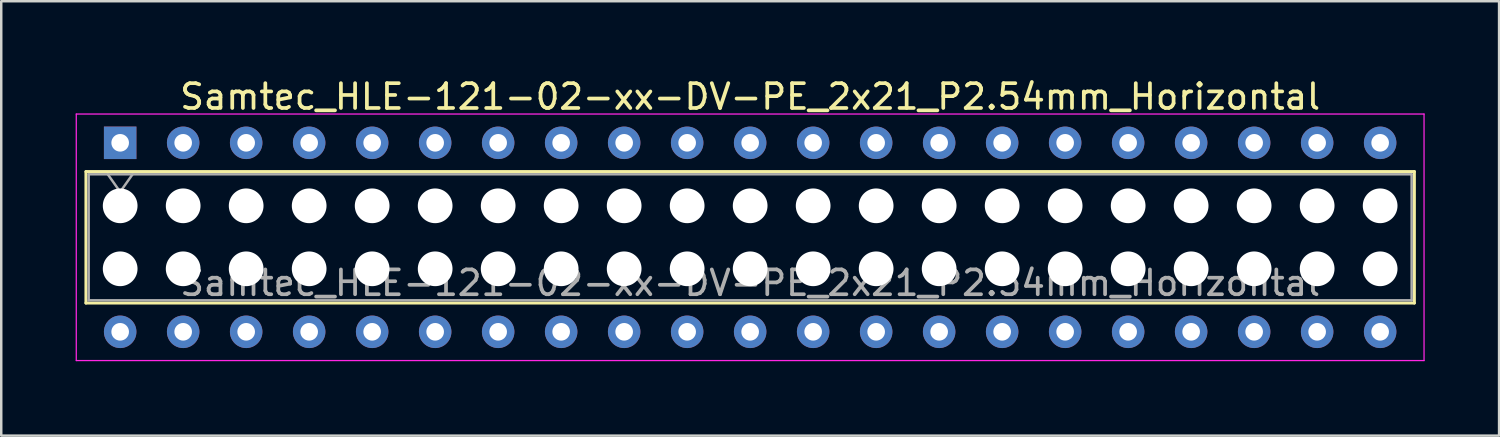
<source format=kicad_pcb>
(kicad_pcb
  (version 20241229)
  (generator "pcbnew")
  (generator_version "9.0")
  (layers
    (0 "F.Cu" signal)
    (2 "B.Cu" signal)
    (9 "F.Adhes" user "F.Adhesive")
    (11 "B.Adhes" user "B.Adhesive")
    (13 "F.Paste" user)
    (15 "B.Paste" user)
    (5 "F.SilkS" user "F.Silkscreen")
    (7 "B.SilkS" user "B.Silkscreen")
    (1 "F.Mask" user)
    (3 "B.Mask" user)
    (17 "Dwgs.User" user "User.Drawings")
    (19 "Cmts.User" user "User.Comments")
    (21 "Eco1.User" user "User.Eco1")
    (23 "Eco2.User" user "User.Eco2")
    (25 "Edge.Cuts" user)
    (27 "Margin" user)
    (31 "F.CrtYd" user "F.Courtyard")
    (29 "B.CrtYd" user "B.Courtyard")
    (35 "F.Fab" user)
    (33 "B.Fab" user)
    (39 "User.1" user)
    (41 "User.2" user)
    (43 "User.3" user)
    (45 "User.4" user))
  (footprint "Samtec_HLE-121-02-xx-DV-PE_2x21_P2.54mm_Horizontal"
    (layer "F.Cu")
    (at 1.795 2.708)
    (property "Reference" "Samtec_HLE-121-02-xx-DV-PE_2x21_P2.54mm_Horizontal" (at 25.4 -1.86 0) (layer "F.SilkS") (effects (font (size 1 1) (thickness 0.15))))
    (attr through_hole)
    (fp_line (start -1.38 1.16) (end 52.18 1.16) (stroke (width 0.12) (type solid)) (layer "F.SilkS"))
    (fp_line (start -1.38 6.46) (end -1.38 1.16) (stroke (width 0.12) (type solid)) (layer "F.SilkS"))
    (fp_line (start 52.18 1.16) (end 52.18 6.46) (stroke (width 0.12) (type solid)) (layer "F.SilkS"))
    (fp_line (start 52.18 6.46) (end -1.38 6.46) (stroke (width 0.12) (type solid)) (layer "F.SilkS"))
    (fp_line (start -1.77 -1.16) (end 52.57 -1.16) (stroke (width 0.05) (type solid)) (layer "F.CrtYd"))
    (fp_line (start -1.77 8.78) (end -1.77 -1.16) (stroke (width 0.05) (type solid)) (layer "F.CrtYd"))
    (fp_line (start 52.57 -1.16) (end 52.57 8.78) (stroke (width 0.05) (type solid)) (layer "F.CrtYd"))
    (fp_line (start 52.57 8.78) (end -1.77 8.78) (stroke (width 0.05) (type solid)) (layer "F.CrtYd"))
    (fp_line (start -1.27 1.27) (end 52.07 1.27) (stroke (width 0.1) (type solid)) (layer "F.Fab"))
    (fp_line (start -1.27 6.35) (end -1.27 1.27) (stroke (width 0.1) (type solid)) (layer "F.Fab"))
    (fp_line (start -0.5 1.27) (end 0 1.977) (stroke (width 0.1) (type solid)) (layer "F.Fab"))
    (fp_line (start 0 1.977) (end 0.5 1.27) (stroke (width 0.1) (type solid)) (layer "F.Fab"))
    (fp_line (start 52.07 1.27) (end 52.07 6.35) (stroke (width 0.1) (type solid)) (layer "F.Fab"))
    (fp_line (start 52.07 6.35) (end -1.27 6.35) (stroke (width 0.1) (type solid)) (layer "F.Fab"))
    (fp_text user "${REFERENCE}" (at 25.4 5.65 0) (layer "F.Fab") (effects (font (size 1 1) (thickness 0.15))))
    (pad "" np_thru_hole circle (at 0 2.54) (size 1.4 1.4) (drill 1.4) (layers "*.Cu" "*.Mask"))
    (pad "" np_thru_hole circle (at 0 5.08) (size 1.4 1.4) (drill 1.4) (layers "*.Cu" "*.Mask"))
    (pad "" np_thru_hole circle (at 2.54 2.54) (size 1.4 1.4) (drill 1.4) (layers "*.Cu" "*.Mask"))
    (pad "" np_thru_hole circle (at 2.54 5.08) (size 1.4 1.4) (drill 1.4) (layers "*.Cu" "*.Mask"))
    (pad "" np_thru_hole circle (at 5.08 2.54) (size 1.4 1.4) (drill 1.4) (layers "*.Cu" "*.Mask"))
    (pad "" np_thru_hole circle (at 5.08 5.08) (size 1.4 1.4) (drill 1.4) (layers "*.Cu" "*.Mask"))
    (pad "" np_thru_hole circle (at 7.62 2.54) (size 1.4 1.4) (drill 1.4) (layers "*.Cu" "*.Mask"))
    (pad "" np_thru_hole circle (at 7.62 5.08) (size 1.4 1.4) (drill 1.4) (layers "*.Cu" "*.Mask"))
    (pad "" np_thru_hole circle (at 10.16 2.54) (size 1.4 1.4) (drill 1.4) (layers "*.Cu" "*.Mask"))
    (pad "" np_thru_hole circle (at 10.16 5.08) (size 1.4 1.4) (drill 1.4) (layers "*.Cu" "*.Mask"))
    (pad "" np_thru_hole circle (at 12.7 2.54) (size 1.4 1.4) (drill 1.4) (layers "*.Cu" "*.Mask"))
    (pad "" np_thru_hole circle (at 12.7 5.08) (size 1.4 1.4) (drill 1.4) (layers "*.Cu" "*.Mask"))
    (pad "" np_thru_hole circle (at 15.24 2.54) (size 1.4 1.4) (drill 1.4) (layers "*.Cu" "*.Mask"))
    (pad "" np_thru_hole circle (at 15.24 5.08) (size 1.4 1.4) (drill 1.4) (layers "*.Cu" "*.Mask"))
    (pad "" np_thru_hole circle (at 17.78 2.54) (size 1.4 1.4) (drill 1.4) (layers "*.Cu" "*.Mask"))
    (pad "" np_thru_hole circle (at 17.78 5.08) (size 1.4 1.4) (drill 1.4) (layers "*.Cu" "*.Mask"))
    (pad "" np_thru_hole circle (at 20.32 2.54) (size 1.4 1.4) (drill 1.4) (layers "*.Cu" "*.Mask"))
    (pad "" np_thru_hole circle (at 20.32 5.08) (size 1.4 1.4) (drill 1.4) (layers "*.Cu" "*.Mask"))
    (pad "" np_thru_hole circle (at 22.86 2.54) (size 1.4 1.4) (drill 1.4) (layers "*.Cu" "*.Mask"))
    (pad "" np_thru_hole circle (at 22.86 5.08) (size 1.4 1.4) (drill 1.4) (layers "*.Cu" "*.Mask"))
    (pad "" np_thru_hole circle (at 25.4 2.54) (size 1.4 1.4) (drill 1.4) (layers "*.Cu" "*.Mask"))
    (pad "" np_thru_hole circle (at 25.4 5.08) (size 1.4 1.4) (drill 1.4) (layers "*.Cu" "*.Mask"))
    (pad "" np_thru_hole circle (at 27.94 2.54) (size 1.4 1.4) (drill 1.4) (layers "*.Cu" "*.Mask"))
    (pad "" np_thru_hole circle (at 27.94 5.08) (size 1.4 1.4) (drill 1.4) (layers "*.Cu" "*.Mask"))
    (pad "" np_thru_hole circle (at 30.48 2.54) (size 1.4 1.4) (drill 1.4) (layers "*.Cu" "*.Mask"))
    (pad "" np_thru_hole circle (at 30.48 5.08) (size 1.4 1.4) (drill 1.4) (layers "*.Cu" "*.Mask"))
    (pad "" np_thru_hole circle (at 33.02 2.54) (size 1.4 1.4) (drill 1.4) (layers "*.Cu" "*.Mask"))
    (pad "" np_thru_hole circle (at 33.02 5.08) (size 1.4 1.4) (drill 1.4) (layers "*.Cu" "*.Mask"))
    (pad "" np_thru_hole circle (at 35.56 2.54) (size 1.4 1.4) (drill 1.4) (layers "*.Cu" "*.Mask"))
    (pad "" np_thru_hole circle (at 35.56 5.08) (size 1.4 1.4) (drill 1.4) (layers "*.Cu" "*.Mask"))
    (pad "" np_thru_hole circle (at 38.1 2.54) (size 1.4 1.4) (drill 1.4) (layers "*.Cu" "*.Mask"))
    (pad "" np_thru_hole circle (at 38.1 5.08) (size 1.4 1.4) (drill 1.4) (layers "*.Cu" "*.Mask"))
    (pad "" np_thru_hole circle (at 40.64 2.54) (size 1.4 1.4) (drill 1.4) (layers "*.Cu" "*.Mask"))
    (pad "" np_thru_hole circle (at 40.64 5.08) (size 1.4 1.4) (drill 1.4) (layers "*.Cu" "*.Mask"))
    (pad "" np_thru_hole circle (at 43.18 2.54) (size 1.4 1.4) (drill 1.4) (layers "*.Cu" "*.Mask"))
    (pad "" np_thru_hole circle (at 43.18 5.08) (size 1.4 1.4) (drill 1.4) (layers "*.Cu" "*.Mask"))
    (pad "" np_thru_hole circle (at 45.72 2.54) (size 1.4 1.4) (drill 1.4) (layers "*.Cu" "*.Mask"))
    (pad "" np_thru_hole circle (at 45.72 5.08) (size 1.4 1.4) (drill 1.4) (layers "*.Cu" "*.Mask"))
    (pad "" np_thru_hole circle (at 48.26 2.54) (size 1.4 1.4) (drill 1.4) (layers "*.Cu" "*.Mask"))
    (pad "" np_thru_hole circle (at 48.26 5.08) (size 1.4 1.4) (drill 1.4) (layers "*.Cu" "*.Mask"))
    (pad "" np_thru_hole circle (at 50.8 2.54) (size 1.4 1.4) (drill 1.4) (layers "*.Cu" "*.Mask"))
    (pad "" np_thru_hole circle (at 50.8 5.08) (size 1.4 1.4) (drill 1.4) (layers "*.Cu" "*.Mask"))
    (pad "1" thru_hole rect (at 0 0) (size 1.31 1.31) (drill 0.71) (layers "*.Cu" "*.Mask"))
    (pad "2" thru_hole circle (at 0 7.62) (size 1.31 1.31) (drill 0.71) (layers "*.Cu" "*.Mask"))
    (pad "3" thru_hole circle (at 2.54 0) (size 1.31 1.31) (drill 0.71) (layers "*.Cu" "*.Mask"))
    (pad "4" thru_hole circle (at 2.54 7.62) (size 1.31 1.31) (drill 0.71) (layers "*.Cu" "*.Mask"))
    (pad "5" thru_hole circle (at 5.08 0) (size 1.31 1.31) (drill 0.71) (layers "*.Cu" "*.Mask"))
    (pad "6" thru_hole circle (at 5.08 7.62) (size 1.31 1.31) (drill 0.71) (layers "*.Cu" "*.Mask"))
    (pad "7" thru_hole circle (at 7.62 0) (size 1.31 1.31) (drill 0.71) (layers "*.Cu" "*.Mask"))
    (pad "8" thru_hole circle (at 7.62 7.62) (size 1.31 1.31) (drill 0.71) (layers "*.Cu" "*.Mask"))
    (pad "9" thru_hole circle (at 10.16 0) (size 1.31 1.31) (drill 0.71) (layers "*.Cu" "*.Mask"))
    (pad "10" thru_hole circle (at 10.16 7.62) (size 1.31 1.31) (drill 0.71) (layers "*.Cu" "*.Mask"))
    (pad "11" thru_hole circle (at 12.7 0) (size 1.31 1.31) (drill 0.71) (layers "*.Cu" "*.Mask"))
    (pad "12" thru_hole circle (at 12.7 7.62) (size 1.31 1.31) (drill 0.71) (layers "*.Cu" "*.Mask"))
    (pad "13" thru_hole circle (at 15.24 0) (size 1.31 1.31) (drill 0.71) (layers "*.Cu" "*.Mask"))
    (pad "14" thru_hole circle (at 15.24 7.62) (size 1.31 1.31) (drill 0.71) (layers "*.Cu" "*.Mask"))
    (pad "15" thru_hole circle (at 17.78 0) (size 1.31 1.31) (drill 0.71) (layers "*.Cu" "*.Mask"))
    (pad "16" thru_hole circle (at 17.78 7.62) (size 1.31 1.31) (drill 0.71) (layers "*.Cu" "*.Mask"))
    (pad "17" thru_hole circle (at 20.32 0) (size 1.31 1.31) (drill 0.71) (layers "*.Cu" "*.Mask"))
    (pad "18" thru_hole circle (at 20.32 7.62) (size 1.31 1.31) (drill 0.71) (layers "*.Cu" "*.Mask"))
    (pad "19" thru_hole circle (at 22.86 0) (size 1.31 1.31) (drill 0.71) (layers "*.Cu" "*.Mask"))
    (pad "20" thru_hole circle (at 22.86 7.62) (size 1.31 1.31) (drill 0.71) (layers "*.Cu" "*.Mask"))
    (pad "21" thru_hole circle (at 25.4 0) (size 1.31 1.31) (drill 0.71) (layers "*.Cu" "*.Mask"))
    (pad "22" thru_hole circle (at 25.4 7.62) (size 1.31 1.31) (drill 0.71) (layers "*.Cu" "*.Mask"))
    (pad "23" thru_hole circle (at 27.94 0) (size 1.31 1.31) (drill 0.71) (layers "*.Cu" "*.Mask"))
    (pad "24" thru_hole circle (at 27.94 7.62) (size 1.31 1.31) (drill 0.71) (layers "*.Cu" "*.Mask"))
    (pad "25" thru_hole circle (at 30.48 0) (size 1.31 1.31) (drill 0.71) (layers "*.Cu" "*.Mask"))
    (pad "26" thru_hole circle (at 30.48 7.62) (size 1.31 1.31) (drill 0.71) (layers "*.Cu" "*.Mask"))
    (pad "27" thru_hole circle (at 33.02 0) (size 1.31 1.31) (drill 0.71) (layers "*.Cu" "*.Mask"))
    (pad "28" thru_hole circle (at 33.02 7.62) (size 1.31 1.31) (drill 0.71) (layers "*.Cu" "*.Mask"))
    (pad "29" thru_hole circle (at 35.56 0) (size 1.31 1.31) (drill 0.71) (layers "*.Cu" "*.Mask"))
    (pad "30" thru_hole circle (at 35.56 7.62) (size 1.31 1.31) (drill 0.71) (layers "*.Cu" "*.Mask"))
    (pad "31" thru_hole circle (at 38.1 0) (size 1.31 1.31) (drill 0.71) (layers "*.Cu" "*.Mask"))
    (pad "32" thru_hole circle (at 38.1 7.62) (size 1.31 1.31) (drill 0.71) (layers "*.Cu" "*.Mask"))
    (pad "33" thru_hole circle (at 40.64 0) (size 1.31 1.31) (drill 0.71) (layers "*.Cu" "*.Mask"))
    (pad "34" thru_hole circle (at 40.64 7.62) (size 1.31 1.31) (drill 0.71) (layers "*.Cu" "*.Mask"))
    (pad "35" thru_hole circle (at 43.18 0) (size 1.31 1.31) (drill 0.71) (layers "*.Cu" "*.Mask"))
    (pad "36" thru_hole circle (at 43.18 7.62) (size 1.31 1.31) (drill 0.71) (layers "*.Cu" "*.Mask"))
    (pad "37" thru_hole circle (at 45.72 0) (size 1.31 1.31) (drill 0.71) (layers "*.Cu" "*.Mask"))
    (pad "38" thru_hole circle (at 45.72 7.62) (size 1.31 1.31) (drill 0.71) (layers "*.Cu" "*.Mask"))
    (pad "39" thru_hole circle (at 48.26 0) (size 1.31 1.31) (drill 0.71) (layers "*.Cu" "*.Mask"))
    (pad "40" thru_hole circle (at 48.26 7.62) (size 1.31 1.31) (drill 0.71) (layers "*.Cu" "*.Mask"))
    (pad "41" thru_hole circle (at 50.8 0) (size 1.31 1.31) (drill 0.71) (layers "*.Cu" "*.Mask"))
    (pad "42" thru_hole circle (at 50.8 7.62) (size 1.31 1.31) (drill 0.71) (layers "*.Cu" "*.Mask")))
  (gr_rect
    (start -3 -3)
    (end 57.39 14.513)
    (stroke (width 0.1) (type default))
    (fill no)
    (layer "Edge.Cuts")))
</source>
